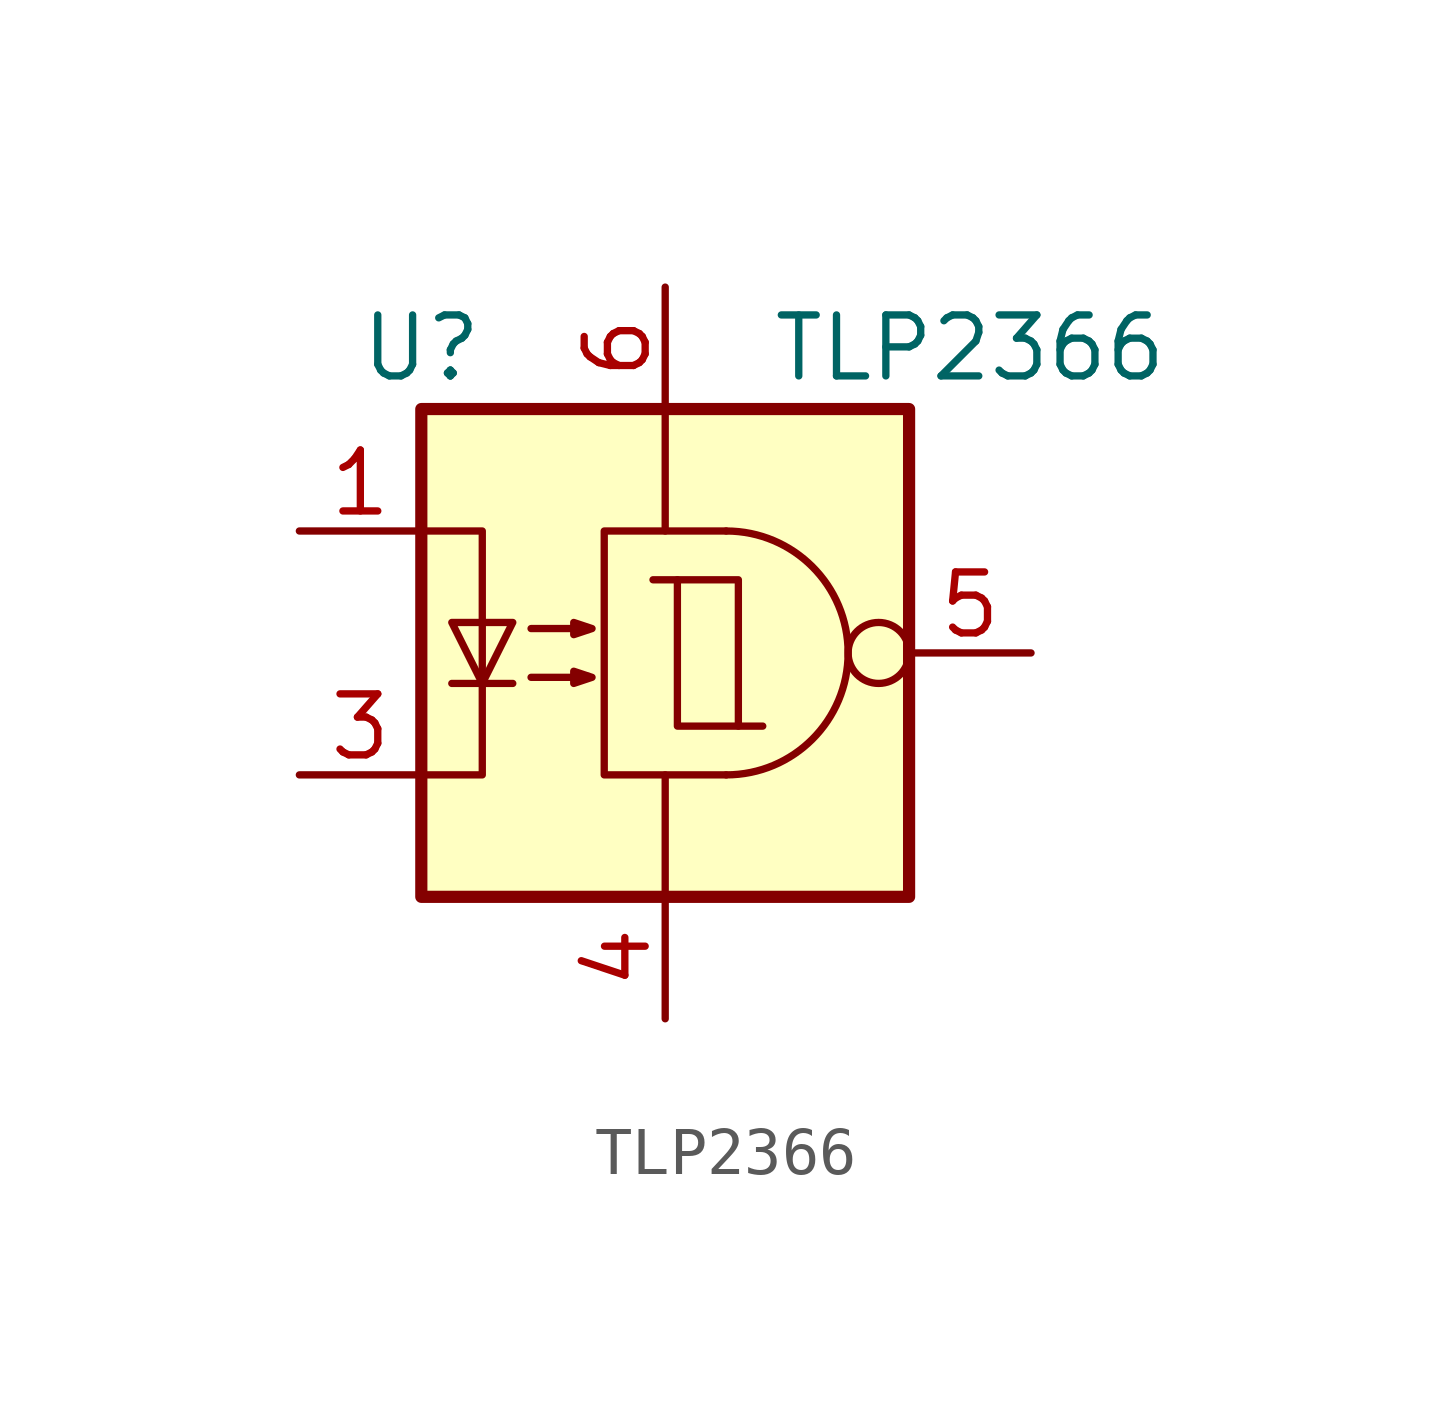
<source format=kicad_sym>
(kicad_symbol_lib
  (version 20220914)
  (generator kicad_symbol_editor)
  (symbol "TLP2366"
    (property "Reference" "U"
      (at -5.08 6.35 0)
      (effects (font (size 1.27 1.27))))
    (property "Value" "TLP2366"
      (at 6.35 6.35 0)
      (effects (font (size 1.27 1.27))))
    (symbol "TLP2366_0_1"
      (circle (center 4.445 0) (radius 0.635) (stroke (width 0) (type default)) (fill (type none))))
    (symbol "TLP2366_1_1"
      (rectangle (start -5.08 5.08) (end 5.08 -5.08) (stroke (width 0.254) (type default)) (fill (type background)))
      (polyline (pts (xy -4.445 -0.635) (xy -3.175 -0.635)) (stroke (width 0) (type default)) (fill (type none)))
      (polyline (pts (xy 0 2.54) (xy 0 5.08)) (stroke (width 0) (type default)) (fill (type none)))
      (polyline (pts (xy 0.254 1.524) (xy -0.254 1.524)) (stroke (width 0) (type default)) (fill (type none)))
      (polyline (pts (xy 1.524 -1.524) (xy 2.032 -1.524)) (stroke (width 0) (type default)) (fill (type none)))
      (polyline (pts (xy 0 -2.54) (xy 0 -5.08) (xy 0 -3.81)) (stroke (width 0) (type default)) (fill (type none)))
      (polyline (pts (xy -5.08 -2.54) (xy -3.81 -2.54) (xy -3.81 2.54) (xy -5.08 2.54)) (stroke (width 0) (type default)) (fill (type none)))
      (polyline (pts (xy -3.81 -0.635) (xy -4.445 0.635) (xy -3.175 0.635) (xy -3.81 -0.635)) (stroke (width 0) (type default)) (fill (type none)))
      (polyline (pts (xy 1.27 -2.54) (xy -1.27 -2.54) (xy -1.27 2.54) (xy 1.27 2.54)) (stroke (width 0) (type default)) (fill (type none)))
      (polyline (pts (xy -2.794 -0.508) (xy -1.524 -0.508) (xy -1.905 -0.635) (xy -1.905 -0.381) (xy -1.524 -0.508)) (stroke (width 0) (type default)) (fill (type none)))
      (polyline (pts (xy -2.794 0.508) (xy -1.524 0.508) (xy -1.905 0.381) (xy -1.905 0.635) (xy -1.524 0.508)) (stroke (width 0) (type default)) (fill (type none)))
      (rectangle (start 0.254 1.524) (end 1.524 -1.524) (stroke (width 0) (type default)) (fill (type none)))
      (arc (start 1.27 -2.54) (mid 3.799 0) (end 1.27 2.54) (stroke (width 0) (type default)) (fill (type none)))
      (pin passive line (at -7.62 2.54 0) (length 2.54) (name "~" (effects (font (size 1.27 1.27)))) (number "1" (effects (font (size 1.27 1.27)))))
      (pin passive line (at -7.62 -2.54 0) (length 2.54) (name "~" (effects (font (size 1.27 1.27)))) (number "3" (effects (font (size 1.27 1.27)))))
      (pin power_in line (at 0 -7.62 90) (length 2.54) (name "~" (effects (font (size 1.27 1.27)))) (number "4" (effects (font (size 1.27 1.27)))))
      (pin output line (at 7.62 0 180) (length 2.54) (name "~" (effects (font (size 1.27 1.27)))) (number "5" (effects (font (size 1.27 1.27)))))
      (pin power_in line (at 0 7.62 270) (length 2.54) (name "~" (effects (font (size 1.27 1.27)))) (number "6" (effects (font (size 1.27 1.27))))))))
</source>
